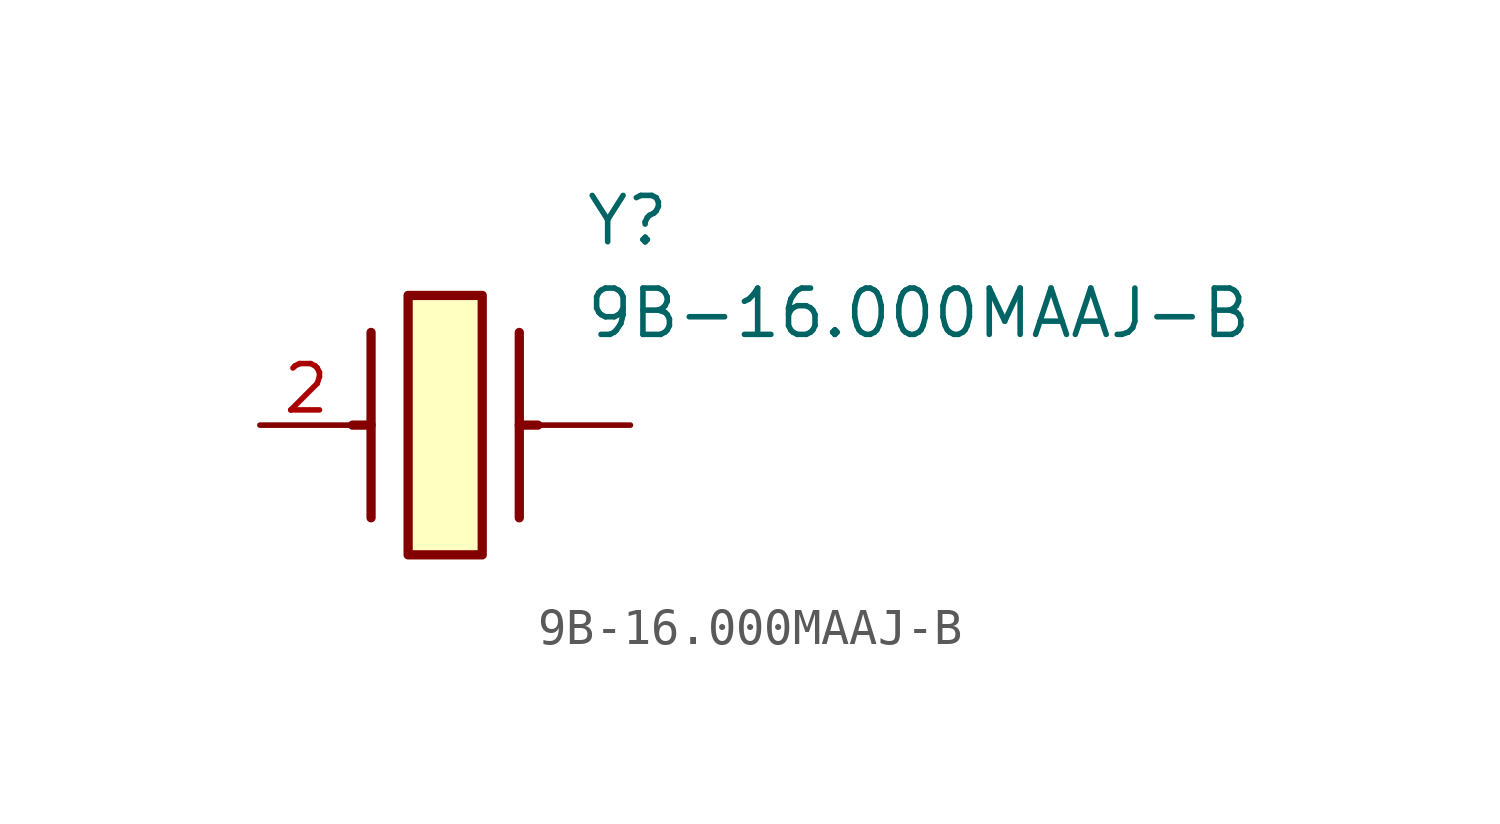
<source format=kicad_sym>
(kicad_symbol_lib
  (version 20211014)
  (generator SamacSys_ECAD_Model)
  (symbol "9B-16.000MAAJ-B"
    (pin_names hide)
    (property "Reference" "Y"
      (at 8.89 6.35 0)
      (effects (font (size 1.27 1.27)) (justify left top)))
    (property "Value" "9B-16.000MAAJ-B"
      (at 8.89 3.81 0)
      (effects (font (size 1.27 1.27)) (justify left top)))
    (rectangle
      (start 4.064 3.556)
      (end 6.096 -3.556)
      (stroke (width 0.254) (type default))
      (fill (type background)))
    (polyline
      (pts (xy 3.048 2.54) (xy 3.048 -2.54))
      (stroke (width 0.254) (type default))
      (fill (type none)))
    (polyline
      (pts (xy 7.112 2.54) (xy 7.112 -2.54))
      (stroke (width 0.254) (type default))
      (fill (type none)))
    (polyline
      (pts (xy 7.112 0) (xy 7.62 0))
      (stroke (width 0.254) (type default))
      (fill (type none)))
    (polyline
      (pts (xy 3.048 0) (xy 2.54 0))
      (stroke (width 0.254) (type default))
      (fill (type none)))
    (pin passive line
      (at 0 0 0)
      (length 2.54)
      (name "X2" (effects (font (size 1.27 1.27))))
      (number "2" (effects (font (size 1.27 1.27)))))
    (pin passive line
      (at 10.16 0 180)
      (length 2.54)
      (name "" (effects (font (size 1.27 1.27))))
      (number "" (effects (font (size 1.27 1.27)))))))
</source>
